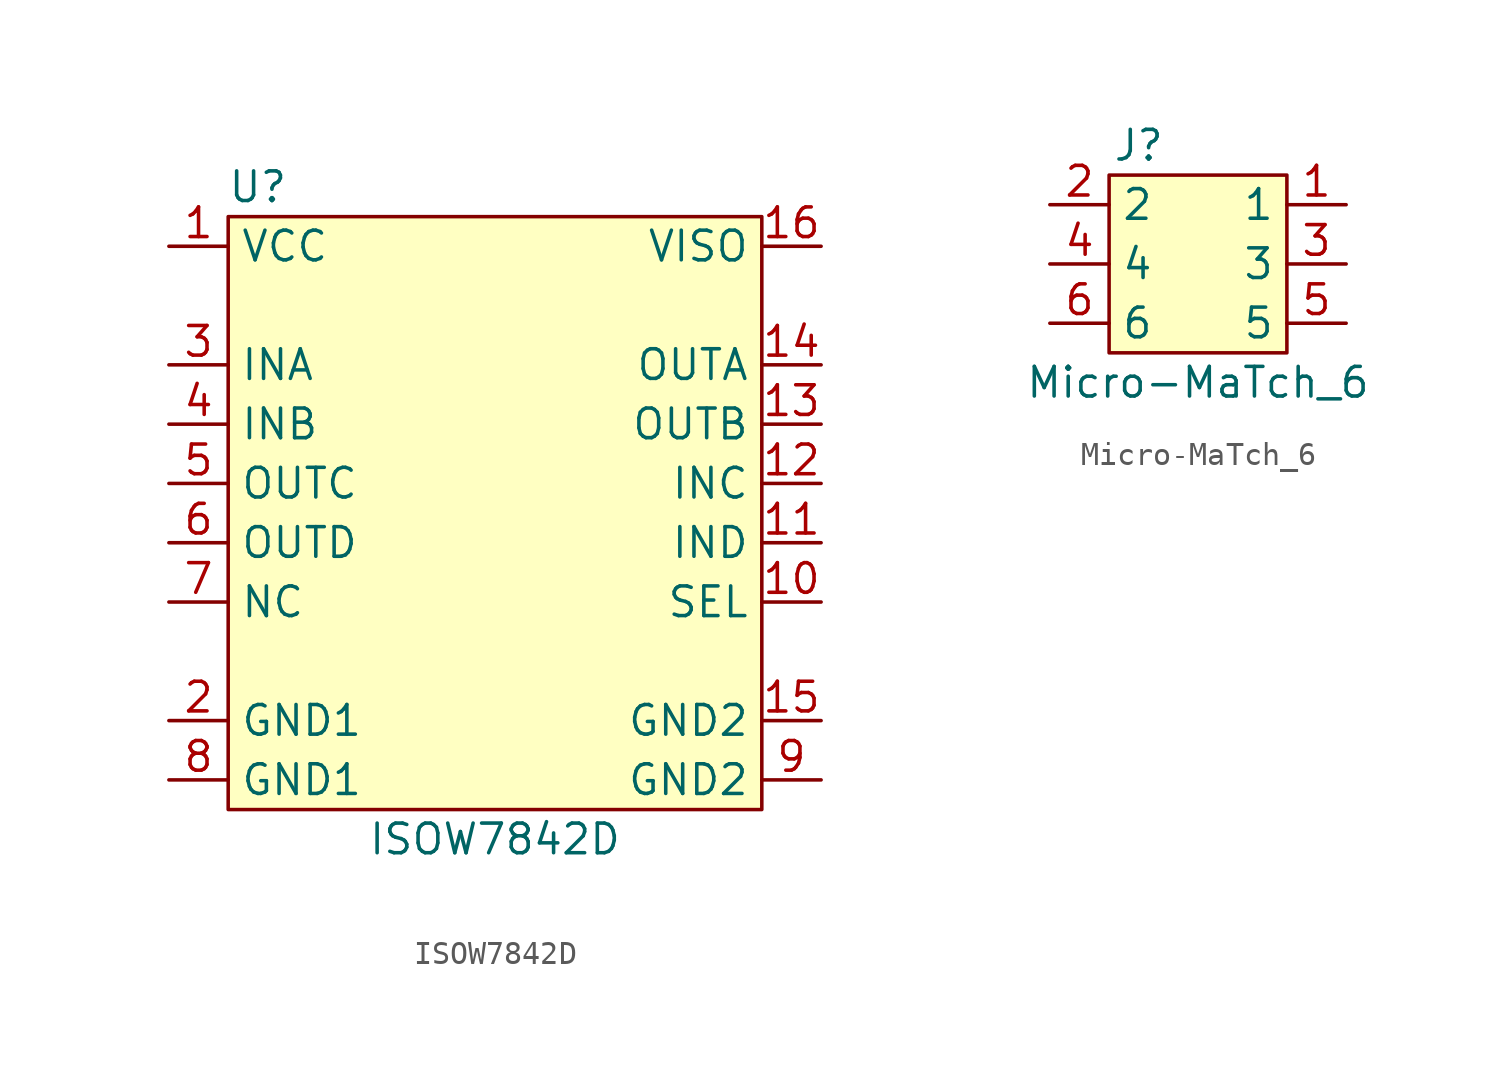
<source format=kicad_sym>
(kicad_symbol_lib
  (version 20211014)
  (generator kicad_symbol_editor)
  (symbol "ISOW7842D"
    (property "Reference" "U"
      (at -10.16 17.78 0)
      (effects (font (size 1.27 1.27))))
    (property "Value" "ISOW7842D"
      (at 0 -10.16 0)
      (effects (font (size 1.27 1.27))))
    (symbol "ISOW7842D_0_1"
      (rectangle (start -11.43 16.51) (end 11.43 -8.89) (stroke (width 0.152) (type default) (color 0 0 0 0)) (fill (type background))))
    (symbol "ISOW7842D_1_1"
      (pin power_in line (at -13.97 15.24 0) (length 2.54) (name "VCC" (effects (font (size 1.27 1.27)))) (number "1" (effects (font (size 1.27 1.27)))))
      (pin input line (at 13.97 0 180) (length 2.54) (name "SEL" (effects (font (size 1.27 1.27)))) (number "10" (effects (font (size 1.27 1.27)))))
      (pin input line (at 13.97 2.54 180) (length 2.54) (name "IND" (effects (font (size 1.27 1.27)))) (number "11" (effects (font (size 1.27 1.27)))))
      (pin input line (at 13.97 5.08 180) (length 2.54) (name "INC" (effects (font (size 1.27 1.27)))) (number "12" (effects (font (size 1.27 1.27)))))
      (pin output line (at 13.97 7.62 180) (length 2.54) (name "OUTB" (effects (font (size 1.27 1.27)))) (number "13" (effects (font (size 1.27 1.27)))))
      (pin output line (at 13.97 10.16 180) (length 2.54) (name "OUTA" (effects (font (size 1.27 1.27)))) (number "14" (effects (font (size 1.27 1.27)))))
      (pin power_out line (at 13.97 -5.08 180) (length 2.54) (name "GND2" (effects (font (size 1.27 1.27)))) (number "15" (effects (font (size 1.27 1.27)))))
      (pin power_out line (at 13.97 15.24 180) (length 2.54) (name "VISO" (effects (font (size 1.27 1.27)))) (number "16" (effects (font (size 1.27 1.27)))))
      (pin power_in line (at -13.97 -5.08 0) (length 2.54) (name "GND1" (effects (font (size 1.27 1.27)))) (number "2" (effects (font (size 1.27 1.27)))))
      (pin input line (at -13.97 10.16 0) (length 2.54) (name "INA" (effects (font (size 1.27 1.27)))) (number "3" (effects (font (size 1.27 1.27)))))
      (pin input line (at -13.97 7.62 0) (length 2.54) (name "INB" (effects (font (size 1.27 1.27)))) (number "4" (effects (font (size 1.27 1.27)))))
      (pin output line (at -13.97 5.08 0) (length 2.54) (name "OUTC" (effects (font (size 1.27 1.27)))) (number "5" (effects (font (size 1.27 1.27)))))
      (pin output line (at -13.97 2.54 0) (length 2.54) (name "OUTD" (effects (font (size 1.27 1.27)))) (number "6" (effects (font (size 1.27 1.27)))))
      (pin free line (at -13.97 0 0) (length 2.54) (name "NC" (effects (font (size 1.27 1.27)))) (number "7" (effects (font (size 1.27 1.27)))))
      (pin power_in line (at -13.97 -7.62 0) (length 2.54) (name "GND1" (effects (font (size 1.27 1.27)))) (number "8" (effects (font (size 1.27 1.27)))))
      (pin power_in line (at 13.97 -7.62 180) (length 2.54) (name "GND2" (effects (font (size 1.27 1.27)))) (number "9" (effects (font (size 1.27 1.27)))))))
  (symbol "Micro-MaTch_6"
    (property "Reference" "J"
      (at -2.54 5.08 0)
      (effects (font (size 1.27 1.27))))
    (property "Value" "Micro-MaTch_6"
      (at 0 -5.08 0)
      (effects (font (size 1.27 1.27))))
    (symbol "Micro-MaTch_6_0_1"
      (rectangle (start -3.81 3.81) (end 3.81 -3.81) (stroke (width 0.152) (type default) (color 0 0 0 0)) (fill (type background))))
    (symbol "Micro-MaTch_6_1_1"
      (pin passive line (at 6.35 2.54 180) (length 2.54) (name "1" (effects (font (size 1.27 1.27)))) (number "1" (effects (font (size 1.27 1.27)))))
      (pin passive line (at -6.35 2.54 0) (length 2.54) (name "2" (effects (font (size 1.27 1.27)))) (number "2" (effects (font (size 1.27 1.27)))))
      (pin passive line (at 6.35 0 180) (length 2.54) (name "3" (effects (font (size 1.27 1.27)))) (number "3" (effects (font (size 1.27 1.27)))))
      (pin passive line (at -6.35 0 0) (length 2.54) (name "4" (effects (font (size 1.27 1.27)))) (number "4" (effects (font (size 1.27 1.27)))))
      (pin passive line (at 6.35 -2.54 180) (length 2.54) (name "5" (effects (font (size 1.27 1.27)))) (number "5" (effects (font (size 1.27 1.27)))))
      (pin passive line (at -6.35 -2.54 0) (length 2.54) (name "6" (effects (font (size 1.27 1.27)))) (number "6" (effects (font (size 1.27 1.27))))))))
</source>
